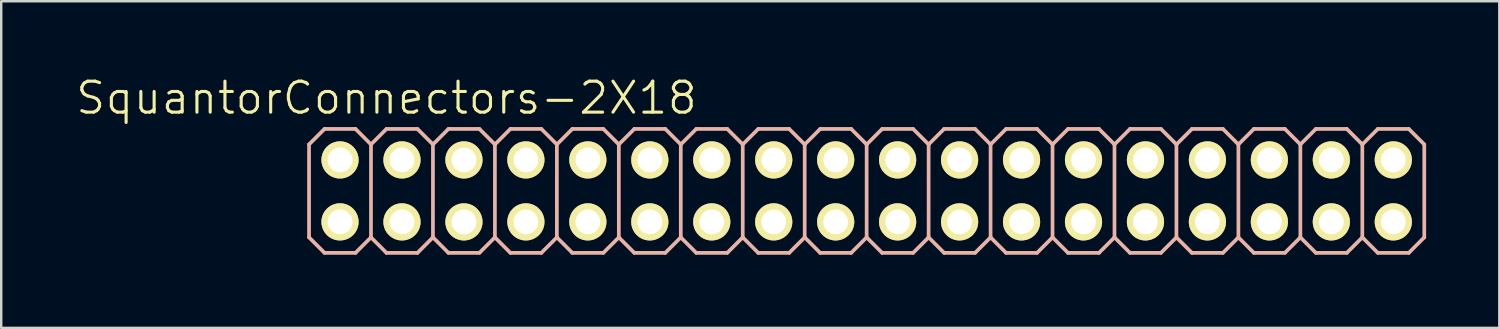
<source format=kicad_pcb>
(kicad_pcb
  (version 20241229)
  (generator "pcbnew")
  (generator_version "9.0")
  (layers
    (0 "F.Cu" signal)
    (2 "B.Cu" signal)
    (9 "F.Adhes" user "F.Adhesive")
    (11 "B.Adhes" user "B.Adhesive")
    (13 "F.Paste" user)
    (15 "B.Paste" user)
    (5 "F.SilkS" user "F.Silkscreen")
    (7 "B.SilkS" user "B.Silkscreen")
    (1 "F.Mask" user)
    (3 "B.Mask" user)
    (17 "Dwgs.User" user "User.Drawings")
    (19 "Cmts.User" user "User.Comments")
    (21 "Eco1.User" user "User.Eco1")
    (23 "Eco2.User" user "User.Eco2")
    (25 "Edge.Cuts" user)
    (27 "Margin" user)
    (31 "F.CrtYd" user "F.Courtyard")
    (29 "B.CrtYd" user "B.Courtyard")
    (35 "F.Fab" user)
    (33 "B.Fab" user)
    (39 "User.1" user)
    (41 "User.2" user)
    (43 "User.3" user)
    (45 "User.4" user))
  (footprint "SquantorConnectors-2X18"
    (layer "F.Cu")
    (at 32.479 4.776)
    (property "Reference" "SquantorConnectors-2X18" (at -19.685 -3.81 0) (layer "F.SilkS") (effects (font (size 1.27 1.27) (thickness 0.127))))
    (attr exclude_from_pos_files exclude_from_bom)
    (fp_line (start -21.844 -1.524) (end -21.336 -1.524) (stroke (width 0.066) (type solid)) (layer "F.SilkS"))
    (fp_line (start -21.844 -1.016) (end -21.844 -1.524) (stroke (width 0.066) (type solid)) (layer "F.SilkS"))
    (fp_line (start -21.844 -1.016) (end -21.336 -1.016) (stroke (width 0.066) (type solid)) (layer "F.SilkS"))
    (fp_line (start -21.844 1.016) (end -21.336 1.016) (stroke (width 0.066) (type solid)) (layer "F.SilkS"))
    (fp_line (start -21.844 1.524) (end -21.844 1.016) (stroke (width 0.066) (type solid)) (layer "F.SilkS"))
    (fp_line (start -21.844 1.524) (end -21.336 1.524) (stroke (width 0.066) (type solid)) (layer "F.SilkS"))
    (fp_line (start -21.336 -1.016) (end -21.336 -1.524) (stroke (width 0.066) (type solid)) (layer "F.SilkS"))
    (fp_line (start -21.336 1.524) (end -21.336 1.016) (stroke (width 0.066) (type solid)) (layer "F.SilkS"))
    (fp_line (start -19.304 -1.524) (end -18.796 -1.524) (stroke (width 0.066) (type solid)) (layer "F.SilkS"))
    (fp_line (start -19.304 -1.016) (end -19.304 -1.524) (stroke (width 0.066) (type solid)) (layer "F.SilkS"))
    (fp_line (start -19.304 -1.016) (end -18.796 -1.016) (stroke (width 0.066) (type solid)) (layer "F.SilkS"))
    (fp_line (start -19.304 1.016) (end -18.796 1.016) (stroke (width 0.066) (type solid)) (layer "F.SilkS"))
    (fp_line (start -19.304 1.524) (end -19.304 1.016) (stroke (width 0.066) (type solid)) (layer "F.SilkS"))
    (fp_line (start -19.304 1.524) (end -18.796 1.524) (stroke (width 0.066) (type solid)) (layer "F.SilkS"))
    (fp_line (start -18.796 -1.016) (end -18.796 -1.524) (stroke (width 0.066) (type solid)) (layer "F.SilkS"))
    (fp_line (start -18.796 1.524) (end -18.796 1.016) (stroke (width 0.066) (type solid)) (layer "F.SilkS"))
    (fp_line (start -16.764 -1.524) (end -16.256 -1.524) (stroke (width 0.066) (type solid)) (layer "F.SilkS"))
    (fp_line (start -16.764 -1.016) (end -16.764 -1.524) (stroke (width 0.066) (type solid)) (layer "F.SilkS"))
    (fp_line (start -16.764 -1.016) (end -16.256 -1.016) (stroke (width 0.066) (type solid)) (layer "F.SilkS"))
    (fp_line (start -16.764 1.016) (end -16.256 1.016) (stroke (width 0.066) (type solid)) (layer "F.SilkS"))
    (fp_line (start -16.764 1.524) (end -16.764 1.016) (stroke (width 0.066) (type solid)) (layer "F.SilkS"))
    (fp_line (start -16.764 1.524) (end -16.256 1.524) (stroke (width 0.066) (type solid)) (layer "F.SilkS"))
    (fp_line (start -16.256 -1.016) (end -16.256 -1.524) (stroke (width 0.066) (type solid)) (layer "F.SilkS"))
    (fp_line (start -16.256 1.524) (end -16.256 1.016) (stroke (width 0.066) (type solid)) (layer "F.SilkS"))
    (fp_line (start -14.224 -1.524) (end -13.716 -1.524) (stroke (width 0.066) (type solid)) (layer "F.SilkS"))
    (fp_line (start -14.224 -1.016) (end -14.224 -1.524) (stroke (width 0.066) (type solid)) (layer "F.SilkS"))
    (fp_line (start -14.224 -1.016) (end -13.716 -1.016) (stroke (width 0.066) (type solid)) (layer "F.SilkS"))
    (fp_line (start -14.224 1.016) (end -13.716 1.016) (stroke (width 0.066) (type solid)) (layer "F.SilkS"))
    (fp_line (start -14.224 1.524) (end -14.224 1.016) (stroke (width 0.066) (type solid)) (layer "F.SilkS"))
    (fp_line (start -14.224 1.524) (end -13.716 1.524) (stroke (width 0.066) (type solid)) (layer "F.SilkS"))
    (fp_line (start -13.716 -1.016) (end -13.716 -1.524) (stroke (width 0.066) (type solid)) (layer "F.SilkS"))
    (fp_line (start -13.716 1.524) (end -13.716 1.016) (stroke (width 0.066) (type solid)) (layer "F.SilkS"))
    (fp_line (start -11.684 -1.524) (end -11.176 -1.524) (stroke (width 0.066) (type solid)) (layer "F.SilkS"))
    (fp_line (start -11.684 -1.016) (end -11.684 -1.524) (stroke (width 0.066) (type solid)) (layer "F.SilkS"))
    (fp_line (start -11.684 -1.016) (end -11.176 -1.016) (stroke (width 0.066) (type solid)) (layer "F.SilkS"))
    (fp_line (start -11.684 1.016) (end -11.176 1.016) (stroke (width 0.066) (type solid)) (layer "F.SilkS"))
    (fp_line (start -11.684 1.524) (end -11.684 1.016) (stroke (width 0.066) (type solid)) (layer "F.SilkS"))
    (fp_line (start -11.684 1.524) (end -11.176 1.524) (stroke (width 0.066) (type solid)) (layer "F.SilkS"))
    (fp_line (start -11.176 -1.016) (end -11.176 -1.524) (stroke (width 0.066) (type solid)) (layer "F.SilkS"))
    (fp_line (start -11.176 1.524) (end -11.176 1.016) (stroke (width 0.066) (type solid)) (layer "F.SilkS"))
    (fp_line (start -9.144 -1.524) (end -8.636 -1.524) (stroke (width 0.066) (type solid)) (layer "F.SilkS"))
    (fp_line (start -9.144 -1.016) (end -9.144 -1.524) (stroke (width 0.066) (type solid)) (layer "F.SilkS"))
    (fp_line (start -9.144 -1.016) (end -8.636 -1.016) (stroke (width 0.066) (type solid)) (layer "F.SilkS"))
    (fp_line (start -9.144 1.016) (end -8.636 1.016) (stroke (width 0.066) (type solid)) (layer "F.SilkS"))
    (fp_line (start -9.144 1.524) (end -9.144 1.016) (stroke (width 0.066) (type solid)) (layer "F.SilkS"))
    (fp_line (start -9.144 1.524) (end -8.636 1.524) (stroke (width 0.066) (type solid)) (layer "F.SilkS"))
    (fp_line (start -8.636 -1.016) (end -8.636 -1.524) (stroke (width 0.066) (type solid)) (layer "F.SilkS"))
    (fp_line (start -8.636 1.524) (end -8.636 1.016) (stroke (width 0.066) (type solid)) (layer "F.SilkS"))
    (fp_line (start -6.604 -1.524) (end -6.096 -1.524) (stroke (width 0.066) (type solid)) (layer "F.SilkS"))
    (fp_line (start -6.604 -1.016) (end -6.604 -1.524) (stroke (width 0.066) (type solid)) (layer "F.SilkS"))
    (fp_line (start -6.604 -1.016) (end -6.096 -1.016) (stroke (width 0.066) (type solid)) (layer "F.SilkS"))
    (fp_line (start -6.604 1.016) (end -6.096 1.016) (stroke (width 0.066) (type solid)) (layer "F.SilkS"))
    (fp_line (start -6.604 1.524) (end -6.604 1.016) (stroke (width 0.066) (type solid)) (layer "F.SilkS"))
    (fp_line (start -6.604 1.524) (end -6.096 1.524) (stroke (width 0.066) (type solid)) (layer "F.SilkS"))
    (fp_line (start -6.096 -1.016) (end -6.096 -1.524) (stroke (width 0.066) (type solid)) (layer "F.SilkS"))
    (fp_line (start -6.096 1.524) (end -6.096 1.016) (stroke (width 0.066) (type solid)) (layer "F.SilkS"))
    (fp_line (start -4.064 -1.524) (end -3.556 -1.524) (stroke (width 0.066) (type solid)) (layer "F.SilkS"))
    (fp_line (start -4.064 -1.016) (end -4.064 -1.524) (stroke (width 0.066) (type solid)) (layer "F.SilkS"))
    (fp_line (start -4.064 -1.016) (end -3.556 -1.016) (stroke (width 0.066) (type solid)) (layer "F.SilkS"))
    (fp_line (start -4.064 1.016) (end -3.556 1.016) (stroke (width 0.066) (type solid)) (layer "F.SilkS"))
    (fp_line (start -4.064 1.524) (end -4.064 1.016) (stroke (width 0.066) (type solid)) (layer "F.SilkS"))
    (fp_line (start -4.064 1.524) (end -3.556 1.524) (stroke (width 0.066) (type solid)) (layer "F.SilkS"))
    (fp_line (start -3.556 -1.016) (end -3.556 -1.524) (stroke (width 0.066) (type solid)) (layer "F.SilkS"))
    (fp_line (start -3.556 1.524) (end -3.556 1.016) (stroke (width 0.066) (type solid)) (layer "F.SilkS"))
    (fp_line (start -1.524 -1.524) (end -1.016 -1.524) (stroke (width 0.066) (type solid)) (layer "F.SilkS"))
    (fp_line (start -1.524 -1.016) (end -1.524 -1.524) (stroke (width 0.066) (type solid)) (layer "F.SilkS"))
    (fp_line (start -1.524 -1.016) (end -1.016 -1.016) (stroke (width 0.066) (type solid)) (layer "F.SilkS"))
    (fp_line (start -1.524 1.016) (end -1.016 1.016) (stroke (width 0.066) (type solid)) (layer "F.SilkS"))
    (fp_line (start -1.524 1.524) (end -1.524 1.016) (stroke (width 0.066) (type solid)) (layer "F.SilkS"))
    (fp_line (start -1.524 1.524) (end -1.016 1.524) (stroke (width 0.066) (type solid)) (layer "F.SilkS"))
    (fp_line (start -1.016 -1.016) (end -1.016 -1.524) (stroke (width 0.066) (type solid)) (layer "F.SilkS"))
    (fp_line (start -1.016 1.524) (end -1.016 1.016) (stroke (width 0.066) (type solid)) (layer "F.SilkS"))
    (fp_line (start 1.016 -1.524) (end 1.524 -1.524) (stroke (width 0.066) (type solid)) (layer "F.SilkS"))
    (fp_line (start 1.016 -1.016) (end 1.016 -1.524) (stroke (width 0.066) (type solid)) (layer "F.SilkS"))
    (fp_line (start 1.016 -1.016) (end 1.524 -1.016) (stroke (width 0.066) (type solid)) (layer "F.SilkS"))
    (fp_line (start 1.016 1.016) (end 1.524 1.016) (stroke (width 0.066) (type solid)) (layer "F.SilkS"))
    (fp_line (start 1.016 1.524) (end 1.016 1.016) (stroke (width 0.066) (type solid)) (layer "F.SilkS"))
    (fp_line (start 1.016 1.524) (end 1.524 1.524) (stroke (width 0.066) (type solid)) (layer "F.SilkS"))
    (fp_line (start 1.524 -1.016) (end 1.524 -1.524) (stroke (width 0.066) (type solid)) (layer "F.SilkS"))
    (fp_line (start 1.524 1.524) (end 1.524 1.016) (stroke (width 0.066) (type solid)) (layer "F.SilkS"))
    (fp_line (start 3.556 -1.524) (end 4.064 -1.524) (stroke (width 0.066) (type solid)) (layer "F.SilkS"))
    (fp_line (start 3.556 -1.016) (end 3.556 -1.524) (stroke (width 0.066) (type solid)) (layer "F.SilkS"))
    (fp_line (start 3.556 -1.016) (end 4.064 -1.016) (stroke (width 0.066) (type solid)) (layer "F.SilkS"))
    (fp_line (start 3.556 1.016) (end 4.064 1.016) (stroke (width 0.066) (type solid)) (layer "F.SilkS"))
    (fp_line (start 3.556 1.524) (end 3.556 1.016) (stroke (width 0.066) (type solid)) (layer "F.SilkS"))
    (fp_line (start 3.556 1.524) (end 4.064 1.524) (stroke (width 0.066) (type solid)) (layer "F.SilkS"))
    (fp_line (start 4.064 -1.016) (end 4.064 -1.524) (stroke (width 0.066) (type solid)) (layer "F.SilkS"))
    (fp_line (start 4.064 1.524) (end 4.064 1.016) (stroke (width 0.066) (type solid)) (layer "F.SilkS"))
    (fp_line (start 6.096 -1.524) (end 6.604 -1.524) (stroke (width 0.066) (type solid)) (layer "F.SilkS"))
    (fp_line (start 6.096 -1.016) (end 6.096 -1.524) (stroke (width 0.066) (type solid)) (layer "F.SilkS"))
    (fp_line (start 6.096 -1.016) (end 6.604 -1.016) (stroke (width 0.066) (type solid)) (layer "F.SilkS"))
    (fp_line (start 6.096 1.016) (end 6.604 1.016) (stroke (width 0.066) (type solid)) (layer "F.SilkS"))
    (fp_line (start 6.096 1.524) (end 6.096 1.016) (stroke (width 0.066) (type solid)) (layer "F.SilkS"))
    (fp_line (start 6.096 1.524) (end 6.604 1.524) (stroke (width 0.066) (type solid)) (layer "F.SilkS"))
    (fp_line (start 6.604 -1.016) (end 6.604 -1.524) (stroke (width 0.066) (type solid)) (layer "F.SilkS"))
    (fp_line (start 6.604 1.524) (end 6.604 1.016) (stroke (width 0.066) (type solid)) (layer "F.SilkS"))
    (fp_line (start 8.636 -1.524) (end 9.144 -1.524) (stroke (width 0.066) (type solid)) (layer "F.SilkS"))
    (fp_line (start 8.636 -1.016) (end 8.636 -1.524) (stroke (width 0.066) (type solid)) (layer "F.SilkS"))
    (fp_line (start 8.636 -1.016) (end 9.144 -1.016) (stroke (width 0.066) (type solid)) (layer "F.SilkS"))
    (fp_line (start 8.636 1.016) (end 9.144 1.016) (stroke (width 0.066) (type solid)) (layer "F.SilkS"))
    (fp_line (start 8.636 1.524) (end 8.636 1.016) (stroke (width 0.066) (type solid)) (layer "F.SilkS"))
    (fp_line (start 8.636 1.524) (end 9.144 1.524) (stroke (width 0.066) (type solid)) (layer "F.SilkS"))
    (fp_line (start 9.144 -1.016) (end 9.144 -1.524) (stroke (width 0.066) (type solid)) (layer "F.SilkS"))
    (fp_line (start 9.144 1.524) (end 9.144 1.016) (stroke (width 0.066) (type solid)) (layer "F.SilkS"))
    (fp_line (start 11.176 -1.524) (end 11.684 -1.524) (stroke (width 0.066) (type solid)) (layer "F.SilkS"))
    (fp_line (start 11.176 -1.016) (end 11.176 -1.524) (stroke (width 0.066) (type solid)) (layer "F.SilkS"))
    (fp_line (start 11.176 -1.016) (end 11.684 -1.016) (stroke (width 0.066) (type solid)) (layer "F.SilkS"))
    (fp_line (start 11.176 1.016) (end 11.684 1.016) (stroke (width 0.066) (type solid)) (layer "F.SilkS"))
    (fp_line (start 11.176 1.524) (end 11.176 1.016) (stroke (width 0.066) (type solid)) (layer "F.SilkS"))
    (fp_line (start 11.176 1.524) (end 11.684 1.524) (stroke (width 0.066) (type solid)) (layer "F.SilkS"))
    (fp_line (start 11.684 -1.016) (end 11.684 -1.524) (stroke (width 0.066) (type solid)) (layer "F.SilkS"))
    (fp_line (start 11.684 1.524) (end 11.684 1.016) (stroke (width 0.066) (type solid)) (layer "F.SilkS"))
    (fp_line (start 13.716 -1.524) (end 14.224 -1.524) (stroke (width 0.066) (type solid)) (layer "F.SilkS"))
    (fp_line (start 13.716 -1.016) (end 13.716 -1.524) (stroke (width 0.066) (type solid)) (layer "F.SilkS"))
    (fp_line (start 13.716 -1.016) (end 14.224 -1.016) (stroke (width 0.066) (type solid)) (layer "F.SilkS"))
    (fp_line (start 13.716 1.016) (end 14.224 1.016) (stroke (width 0.066) (type solid)) (layer "F.SilkS"))
    (fp_line (start 13.716 1.524) (end 13.716 1.016) (stroke (width 0.066) (type solid)) (layer "F.SilkS"))
    (fp_line (start 13.716 1.524) (end 14.224 1.524) (stroke (width 0.066) (type solid)) (layer "F.SilkS"))
    (fp_line (start 14.224 -1.016) (end 14.224 -1.524) (stroke (width 0.066) (type solid)) (layer "F.SilkS"))
    (fp_line (start 14.224 1.524) (end 14.224 1.016) (stroke (width 0.066) (type solid)) (layer "F.SilkS"))
    (fp_line (start 16.256 -1.524) (end 16.764 -1.524) (stroke (width 0.066) (type solid)) (layer "F.SilkS"))
    (fp_line (start 16.256 -1.016) (end 16.256 -1.524) (stroke (width 0.066) (type solid)) (layer "F.SilkS"))
    (fp_line (start 16.256 -1.016) (end 16.764 -1.016) (stroke (width 0.066) (type solid)) (layer "F.SilkS"))
    (fp_line (start 16.256 1.016) (end 16.764 1.016) (stroke (width 0.066) (type solid)) (layer "F.SilkS"))
    (fp_line (start 16.256 1.524) (end 16.256 1.016) (stroke (width 0.066) (type solid)) (layer "F.SilkS"))
    (fp_line (start 16.256 1.524) (end 16.764 1.524) (stroke (width 0.066) (type solid)) (layer "F.SilkS"))
    (fp_line (start 16.764 -1.016) (end 16.764 -1.524) (stroke (width 0.066) (type solid)) (layer "F.SilkS"))
    (fp_line (start 16.764 1.524) (end 16.764 1.016) (stroke (width 0.066) (type solid)) (layer "F.SilkS"))
    (fp_line (start 18.796 -1.524) (end 19.304 -1.524) (stroke (width 0.066) (type solid)) (layer "F.SilkS"))
    (fp_line (start 18.796 -1.016) (end 18.796 -1.524) (stroke (width 0.066) (type solid)) (layer "F.SilkS"))
    (fp_line (start 18.796 -1.016) (end 19.304 -1.016) (stroke (width 0.066) (type solid)) (layer "F.SilkS"))
    (fp_line (start 18.796 1.016) (end 19.304 1.016) (stroke (width 0.066) (type solid)) (layer "F.SilkS"))
    (fp_line (start 18.796 1.524) (end 18.796 1.016) (stroke (width 0.066) (type solid)) (layer "F.SilkS"))
    (fp_line (start 18.796 1.524) (end 19.304 1.524) (stroke (width 0.066) (type solid)) (layer "F.SilkS"))
    (fp_line (start 19.304 -1.016) (end 19.304 -1.524) (stroke (width 0.066) (type solid)) (layer "F.SilkS"))
    (fp_line (start 19.304 1.524) (end 19.304 1.016) (stroke (width 0.066) (type solid)) (layer "F.SilkS"))
    (fp_line (start 21.336 -1.524) (end 21.844 -1.524) (stroke (width 0.066) (type solid)) (layer "F.SilkS"))
    (fp_line (start 21.336 -1.016) (end 21.336 -1.524) (stroke (width 0.066) (type solid)) (layer "F.SilkS"))
    (fp_line (start 21.336 -1.016) (end 21.844 -1.016) (stroke (width 0.066) (type solid)) (layer "F.SilkS"))
    (fp_line (start 21.336 1.016) (end 21.844 1.016) (stroke (width 0.066) (type solid)) (layer "F.SilkS"))
    (fp_line (start 21.336 1.524) (end 21.336 1.016) (stroke (width 0.066) (type solid)) (layer "F.SilkS"))
    (fp_line (start 21.336 1.524) (end 21.844 1.524) (stroke (width 0.066) (type solid)) (layer "F.SilkS"))
    (fp_line (start 21.844 -1.016) (end 21.844 -1.524) (stroke (width 0.066) (type solid)) (layer "F.SilkS"))
    (fp_line (start 21.844 1.524) (end 21.844 1.016) (stroke (width 0.066) (type solid)) (layer "F.SilkS"))
    (fp_line (start -22.86 -1.905) (end -22.225 -2.54) (stroke (width 0.152) (type solid)) (layer "B.SilkS"))
    (fp_line (start -22.86 1.905) (end -22.86 -1.905) (stroke (width 0.152) (type solid)) (layer "B.SilkS"))
    (fp_line (start -22.86 1.905) (end -22.225 2.54) (stroke (width 0.152) (type solid)) (layer "B.SilkS"))
    (fp_line (start -22.225 -2.54) (end -20.955 -2.54) (stroke (width 0.152) (type solid)) (layer "B.SilkS"))
    (fp_line (start -22.225 2.54) (end -20.955 2.54) (stroke (width 0.152) (type solid)) (layer "B.SilkS"))
    (fp_line (start -20.955 -2.54) (end -20.32 -1.905) (stroke (width 0.152) (type solid)) (layer "B.SilkS"))
    (fp_line (start -20.955 2.54) (end -20.32 1.905) (stroke (width 0.152) (type solid)) (layer "B.SilkS"))
    (fp_line (start -20.32 -1.905) (end -20.32 1.905) (stroke (width 0.152) (type solid)) (layer "B.SilkS"))
    (fp_line (start -20.32 -1.905) (end -19.685 -2.54) (stroke (width 0.152) (type solid)) (layer "B.SilkS"))
    (fp_line (start -20.32 1.905) (end -19.685 2.54) (stroke (width 0.152) (type solid)) (layer "B.SilkS"))
    (fp_line (start -19.685 -2.54) (end -18.415 -2.54) (stroke (width 0.152) (type solid)) (layer "B.SilkS"))
    (fp_line (start -19.685 2.54) (end -18.415 2.54) (stroke (width 0.152) (type solid)) (layer "B.SilkS"))
    (fp_line (start -18.415 -2.54) (end -17.78 -1.905) (stroke (width 0.152) (type solid)) (layer "B.SilkS"))
    (fp_line (start -18.415 2.54) (end -17.78 1.905) (stroke (width 0.152) (type solid)) (layer "B.SilkS"))
    (fp_line (start -17.78 -1.905) (end -17.78 1.905) (stroke (width 0.152) (type solid)) (layer "B.SilkS"))
    (fp_line (start -17.78 -1.905) (end -17.145 -2.54) (stroke (width 0.152) (type solid)) (layer "B.SilkS"))
    (fp_line (start -17.78 1.905) (end -17.145 2.54) (stroke (width 0.152) (type solid)) (layer "B.SilkS"))
    (fp_line (start -17.145 -2.54) (end -15.875 -2.54) (stroke (width 0.152) (type solid)) (layer "B.SilkS"))
    (fp_line (start -17.145 2.54) (end -15.875 2.54) (stroke (width 0.152) (type solid)) (layer "B.SilkS"))
    (fp_line (start -15.875 -2.54) (end -15.24 -1.905) (stroke (width 0.152) (type solid)) (layer "B.SilkS"))
    (fp_line (start -15.875 2.54) (end -15.24 1.905) (stroke (width 0.152) (type solid)) (layer "B.SilkS"))
    (fp_line (start -15.24 -1.905) (end -15.24 1.905) (stroke (width 0.152) (type solid)) (layer "B.SilkS"))
    (fp_line (start -15.24 -1.905) (end -14.605 -2.54) (stroke (width 0.152) (type solid)) (layer "B.SilkS"))
    (fp_line (start -15.24 1.905) (end -14.605 2.54) (stroke (width 0.152) (type solid)) (layer "B.SilkS"))
    (fp_line (start -14.605 -2.54) (end -13.335 -2.54) (stroke (width 0.152) (type solid)) (layer "B.SilkS"))
    (fp_line (start -14.605 2.54) (end -13.335 2.54) (stroke (width 0.152) (type solid)) (layer "B.SilkS"))
    (fp_line (start -13.335 -2.54) (end -12.7 -1.905) (stroke (width 0.152) (type solid)) (layer "B.SilkS"))
    (fp_line (start -13.335 2.54) (end -12.7 1.905) (stroke (width 0.152) (type solid)) (layer "B.SilkS"))
    (fp_line (start -12.7 -1.905) (end -12.7 1.905) (stroke (width 0.152) (type solid)) (layer "B.SilkS"))
    (fp_line (start -12.7 -1.905) (end -12.065 -2.54) (stroke (width 0.152) (type solid)) (layer "B.SilkS"))
    (fp_line (start -12.7 1.905) (end -12.065 2.54) (stroke (width 0.152) (type solid)) (layer "B.SilkS"))
    (fp_line (start -12.065 -2.54) (end -10.795 -2.54) (stroke (width 0.152) (type solid)) (layer "B.SilkS"))
    (fp_line (start -12.065 2.54) (end -10.795 2.54) (stroke (width 0.152) (type solid)) (layer "B.SilkS"))
    (fp_line (start -10.795 -2.54) (end -10.16 -1.905) (stroke (width 0.152) (type solid)) (layer "B.SilkS"))
    (fp_line (start -10.795 2.54) (end -10.16 1.905) (stroke (width 0.152) (type solid)) (layer "B.SilkS"))
    (fp_line (start -10.16 -1.905) (end -10.16 1.905) (stroke (width 0.152) (type solid)) (layer "B.SilkS"))
    (fp_line (start -10.16 -1.905) (end -9.525 -2.54) (stroke (width 0.152) (type solid)) (layer "B.SilkS"))
    (fp_line (start -10.16 1.905) (end -9.525 2.54) (stroke (width 0.152) (type solid)) (layer "B.SilkS"))
    (fp_line (start -9.525 -2.54) (end -8.255 -2.54) (stroke (width 0.152) (type solid)) (layer "B.SilkS"))
    (fp_line (start -9.525 2.54) (end -8.255 2.54) (stroke (width 0.152) (type solid)) (layer "B.SilkS"))
    (fp_line (start -8.255 -2.54) (end -7.62 -1.905) (stroke (width 0.152) (type solid)) (layer "B.SilkS"))
    (fp_line (start -8.255 2.54) (end -7.62 1.905) (stroke (width 0.152) (type solid)) (layer "B.SilkS"))
    (fp_line (start -7.62 -1.905) (end -7.62 1.905) (stroke (width 0.152) (type solid)) (layer "B.SilkS"))
    (fp_line (start -7.62 -1.905) (end -6.985 -2.54) (stroke (width 0.152) (type solid)) (layer "B.SilkS"))
    (fp_line (start -7.62 1.905) (end -6.985 2.54) (stroke (width 0.152) (type solid)) (layer "B.SilkS"))
    (fp_line (start -6.985 -2.54) (end -5.715 -2.54) (stroke (width 0.152) (type solid)) (layer "B.SilkS"))
    (fp_line (start -5.715 -2.54) (end -5.08 -1.905) (stroke (width 0.152) (type solid)) (layer "B.SilkS"))
    (fp_line (start -5.715 2.54) (end -6.985 2.54) (stroke (width 0.152) (type solid)) (layer "B.SilkS"))
    (fp_line (start -5.08 -1.905) (end -5.08 1.905) (stroke (width 0.152) (type solid)) (layer "B.SilkS"))
    (fp_line (start -5.08 -1.905) (end -4.445 -2.54) (stroke (width 0.152) (type solid)) (layer "B.SilkS"))
    (fp_line (start -5.08 1.905) (end -5.715 2.54) (stroke (width 0.152) (type solid)) (layer "B.SilkS"))
    (fp_line (start -5.08 1.905) (end -4.445 2.54) (stroke (width 0.152) (type solid)) (layer "B.SilkS"))
    (fp_line (start -4.445 -2.54) (end -3.175 -2.54) (stroke (width 0.152) (type solid)) (layer "B.SilkS"))
    (fp_line (start -3.175 -2.54) (end -2.54 -1.905) (stroke (width 0.152) (type solid)) (layer "B.SilkS"))
    (fp_line (start -3.175 2.54) (end -4.445 2.54) (stroke (width 0.152) (type solid)) (layer "B.SilkS"))
    (fp_line (start -2.54 -1.905) (end -2.54 1.905) (stroke (width 0.152) (type solid)) (layer "B.SilkS"))
    (fp_line (start -2.54 -1.905) (end -1.905 -2.54) (stroke (width 0.152) (type solid)) (layer "B.SilkS"))
    (fp_line (start -2.54 1.905) (end -3.175 2.54) (stroke (width 0.152) (type solid)) (layer "B.SilkS"))
    (fp_line (start -2.54 1.905) (end -1.905 2.54) (stroke (width 0.152) (type solid)) (layer "B.SilkS"))
    (fp_line (start -1.905 -2.54) (end -0.635 -2.54) (stroke (width 0.152) (type solid)) (layer "B.SilkS"))
    (fp_line (start -0.635 -2.54) (end 0 -1.905) (stroke (width 0.152) (type solid)) (layer "B.SilkS"))
    (fp_line (start -0.635 2.54) (end -1.905 2.54) (stroke (width 0.152) (type solid)) (layer "B.SilkS"))
    (fp_line (start 0 -1.905) (end 0 1.905) (stroke (width 0.152) (type solid)) (layer "B.SilkS"))
    (fp_line (start 0 -1.905) (end 0.635 -2.54) (stroke (width 0.152) (type solid)) (layer "B.SilkS"))
    (fp_line (start 0 1.905) (end -0.635 2.54) (stroke (width 0.152) (type solid)) (layer "B.SilkS"))
    (fp_line (start 0 1.905) (end 0.635 2.54) (stroke (width 0.152) (type solid)) (layer "B.SilkS"))
    (fp_line (start 0.635 -2.54) (end 1.905 -2.54) (stroke (width 0.152) (type solid)) (layer "B.SilkS"))
    (fp_line (start 1.905 -2.54) (end 2.54 -1.905) (stroke (width 0.152) (type solid)) (layer "B.SilkS"))
    (fp_line (start 1.905 2.54) (end 0.635 2.54) (stroke (width 0.152) (type solid)) (layer "B.SilkS"))
    (fp_line (start 2.54 -1.905) (end 2.54 1.905) (stroke (width 0.152) (type solid)) (layer "B.SilkS"))
    (fp_line (start 2.54 -1.905) (end 3.175 -2.54) (stroke (width 0.152) (type solid)) (layer "B.SilkS"))
    (fp_line (start 2.54 1.905) (end 1.905 2.54) (stroke (width 0.152) (type solid)) (layer "B.SilkS"))
    (fp_line (start 2.54 1.905) (end 3.175 2.54) (stroke (width 0.152) (type solid)) (layer "B.SilkS"))
    (fp_line (start 3.175 -2.54) (end 4.445 -2.54) (stroke (width 0.152) (type solid)) (layer "B.SilkS"))
    (fp_line (start 4.445 -2.54) (end 5.08 -1.905) (stroke (width 0.152) (type solid)) (layer "B.SilkS"))
    (fp_line (start 4.445 2.54) (end 3.175 2.54) (stroke (width 0.152) (type solid)) (layer "B.SilkS"))
    (fp_line (start 5.08 -1.905) (end 5.08 1.905) (stroke (width 0.152) (type solid)) (layer "B.SilkS"))
    (fp_line (start 5.08 -1.905) (end 5.715 -2.54) (stroke (width 0.152) (type solid)) (layer "B.SilkS"))
    (fp_line (start 5.08 1.905) (end 4.445 2.54) (stroke (width 0.152) (type solid)) (layer "B.SilkS"))
    (fp_line (start 5.08 1.905) (end 5.715 2.54) (stroke (width 0.152) (type solid)) (layer "B.SilkS"))
    (fp_line (start 5.715 -2.54) (end 6.985 -2.54) (stroke (width 0.152) (type solid)) (layer "B.SilkS"))
    (fp_line (start 6.985 2.54) (end 5.715 2.54) (stroke (width 0.152) (type solid)) (layer "B.SilkS"))
    (fp_line (start 7.62 -1.905) (end 6.985 -2.54) (stroke (width 0.152) (type solid)) (layer "B.SilkS"))
    (fp_line (start 7.62 -1.905) (end 7.62 1.905) (stroke (width 0.152) (type solid)) (layer "B.SilkS"))
    (fp_line (start 7.62 -1.905) (end 8.255 -2.54) (stroke (width 0.152) (type solid)) (layer "B.SilkS"))
    (fp_line (start 7.62 1.905) (end 6.985 2.54) (stroke (width 0.152) (type solid)) (layer "B.SilkS"))
    (fp_line (start 7.62 1.905) (end 8.255 2.54) (stroke (width 0.152) (type solid)) (layer "B.SilkS"))
    (fp_line (start 9.525 -2.54) (end 8.255 -2.54) (stroke (width 0.152) (type solid)) (layer "B.SilkS"))
    (fp_line (start 9.525 -2.54) (end 10.16 -1.905) (stroke (width 0.152) (type solid)) (layer "B.SilkS"))
    (fp_line (start 9.525 2.54) (end 8.255 2.54) (stroke (width 0.152) (type solid)) (layer "B.SilkS"))
    (fp_line (start 10.16 -1.905) (end 10.16 1.905) (stroke (width 0.152) (type solid)) (layer "B.SilkS"))
    (fp_line (start 10.16 -1.905) (end 10.795 -2.54) (stroke (width 0.152) (type solid)) (layer "B.SilkS"))
    (fp_line (start 10.16 1.905) (end 9.525 2.54) (stroke (width 0.152) (type solid)) (layer "B.SilkS"))
    (fp_line (start 10.16 1.905) (end 10.795 2.54) (stroke (width 0.152) (type solid)) (layer "B.SilkS"))
    (fp_line (start 12.065 -2.54) (end 10.795 -2.54) (stroke (width 0.152) (type solid)) (layer "B.SilkS"))
    (fp_line (start 12.065 -2.54) (end 12.7 -1.905) (stroke (width 0.152) (type solid)) (layer "B.SilkS"))
    (fp_line (start 12.065 2.54) (end 10.795 2.54) (stroke (width 0.152) (type solid)) (layer "B.SilkS"))
    (fp_line (start 12.7 -1.905) (end 12.7 1.905) (stroke (width 0.152) (type solid)) (layer "B.SilkS"))
    (fp_line (start 12.7 -1.905) (end 13.335 -2.54) (stroke (width 0.152) (type solid)) (layer "B.SilkS"))
    (fp_line (start 12.7 1.905) (end 12.065 2.54) (stroke (width 0.152) (type solid)) (layer "B.SilkS"))
    (fp_line (start 13.335 2.54) (end 12.7 1.905) (stroke (width 0.152) (type solid)) (layer "B.SilkS"))
    (fp_line (start 13.335 2.54) (end 14.605 2.54) (stroke (width 0.152) (type solid)) (layer "B.SilkS"))
    (fp_line (start 14.605 -2.54) (end 13.335 -2.54) (stroke (width 0.152) (type solid)) (layer "B.SilkS"))
    (fp_line (start 14.605 -2.54) (end 15.24 -1.905) (stroke (width 0.152) (type solid)) (layer "B.SilkS"))
    (fp_line (start 15.24 -1.905) (end 15.24 1.905) (stroke (width 0.152) (type solid)) (layer "B.SilkS"))
    (fp_line (start 15.24 -1.905) (end 15.875 -2.54) (stroke (width 0.152) (type solid)) (layer "B.SilkS"))
    (fp_line (start 15.24 1.905) (end 14.605 2.54) (stroke (width 0.152) (type solid)) (layer "B.SilkS"))
    (fp_line (start 15.875 2.54) (end 15.24 1.905) (stroke (width 0.152) (type solid)) (layer "B.SilkS"))
    (fp_line (start 15.875 2.54) (end 17.145 2.54) (stroke (width 0.152) (type solid)) (layer "B.SilkS"))
    (fp_line (start 17.145 -2.54) (end 15.875 -2.54) (stroke (width 0.152) (type solid)) (layer "B.SilkS"))
    (fp_line (start 17.145 -2.54) (end 17.78 -1.905) (stroke (width 0.152) (type solid)) (layer "B.SilkS"))
    (fp_line (start 17.78 -1.905) (end 17.78 1.905) (stroke (width 0.152) (type solid)) (layer "B.SilkS"))
    (fp_line (start 17.78 -1.905) (end 18.415 -2.54) (stroke (width 0.152) (type solid)) (layer "B.SilkS"))
    (fp_line (start 17.78 1.905) (end 17.145 2.54) (stroke (width 0.152) (type solid)) (layer "B.SilkS"))
    (fp_line (start 17.78 1.905) (end 18.415 2.54) (stroke (width 0.152) (type solid)) (layer "B.SilkS"))
    (fp_line (start 19.685 -2.54) (end 18.415 -2.54) (stroke (width 0.152) (type solid)) (layer "B.SilkS"))
    (fp_line (start 19.685 -2.54) (end 20.32 -1.905) (stroke (width 0.152) (type solid)) (layer "B.SilkS"))
    (fp_line (start 19.685 2.54) (end 18.415 2.54) (stroke (width 0.152) (type solid)) (layer "B.SilkS"))
    (fp_line (start 20.32 -1.905) (end 20.32 1.905) (stroke (width 0.152) (type solid)) (layer "B.SilkS"))
    (fp_line (start 20.32 -1.905) (end 20.955 -2.54) (stroke (width 0.152) (type solid)) (layer "B.SilkS"))
    (fp_line (start 20.32 1.905) (end 19.685 2.54) (stroke (width 0.152) (type solid)) (layer "B.SilkS"))
    (fp_line (start 20.32 1.905) (end 20.955 2.54) (stroke (width 0.152) (type solid)) (layer "B.SilkS"))
    (fp_line (start 22.225 -2.54) (end 20.955 -2.54) (stroke (width 0.152) (type solid)) (layer "B.SilkS"))
    (fp_line (start 22.225 -2.54) (end 22.86 -1.905) (stroke (width 0.152) (type solid)) (layer "B.SilkS"))
    (fp_line (start 22.225 2.54) (end 20.955 2.54) (stroke (width 0.152) (type solid)) (layer "B.SilkS"))
    (fp_line (start 22.86 -1.905) (end 22.86 1.905) (stroke (width 0.152) (type solid)) (layer "B.SilkS"))
    (fp_line (start 22.86 1.905) (end 22.225 2.54) (stroke (width 0.152) (type solid)) (layer "B.SilkS"))
    (pad "1" thru_hole circle (at -21.59 1.27) (size 1.524 1.524) (drill 1.016) (layers "*.Cu" "F.Mask" "F.SilkS" "F.Paste"))
    (pad "2" thru_hole circle (at -21.59 -1.27) (size 1.524 1.524) (drill 1.016) (layers "*.Cu" "F.Mask" "F.SilkS" "F.Paste"))
    (pad "3" thru_hole circle (at -19.05 1.27) (size 1.524 1.524) (drill 1.016) (layers "*.Cu" "F.Mask" "F.SilkS" "F.Paste"))
    (pad "4" thru_hole circle (at -19.05 -1.27) (size 1.524 1.524) (drill 1.016) (layers "*.Cu" "F.Mask" "F.SilkS" "F.Paste"))
    (pad "5" thru_hole circle (at -16.51 1.27) (size 1.524 1.524) (drill 1.016) (layers "*.Cu" "F.Mask" "F.SilkS" "F.Paste"))
    (pad "6" thru_hole circle (at -16.51 -1.27) (size 1.524 1.524) (drill 1.016) (layers "*.Cu" "F.Mask" "F.SilkS" "F.Paste"))
    (pad "7" thru_hole circle (at -13.97 1.27) (size 1.524 1.524) (drill 1.016) (layers "*.Cu" "F.Mask" "F.SilkS" "F.Paste"))
    (pad "8" thru_hole circle (at -13.97 -1.27) (size 1.524 1.524) (drill 1.016) (layers "*.Cu" "F.Mask" "F.SilkS" "F.Paste"))
    (pad "9" thru_hole circle (at -11.43 1.27) (size 1.524 1.524) (drill 1.016) (layers "*.Cu" "F.Mask" "F.SilkS" "F.Paste"))
    (pad "10" thru_hole circle (at -11.43 -1.27) (size 1.524 1.524) (drill 1.016) (layers "*.Cu" "F.Mask" "F.SilkS" "F.Paste"))
    (pad "11" thru_hole circle (at -8.89 1.27) (size 1.524 1.524) (drill 1.016) (layers "*.Cu" "F.Mask" "F.SilkS" "F.Paste"))
    (pad "12" thru_hole circle (at -8.89 -1.27) (size 1.524 1.524) (drill 1.016) (layers "*.Cu" "F.Mask" "F.SilkS" "F.Paste"))
    (pad "13" thru_hole circle (at -6.35 1.27) (size 1.524 1.524) (drill 1.016) (layers "*.Cu" "F.Mask" "F.SilkS" "F.Paste"))
    (pad "14" thru_hole circle (at -6.35 -1.27) (size 1.524 1.524) (drill 1.016) (layers "*.Cu" "F.Mask" "F.SilkS" "F.Paste"))
    (pad "15" thru_hole circle (at -3.81 1.27) (size 1.524 1.524) (drill 1.016) (layers "*.Cu" "F.Mask" "F.SilkS" "F.Paste"))
    (pad "16" thru_hole circle (at -3.81 -1.27) (size 1.524 1.524) (drill 1.016) (layers "*.Cu" "F.Mask" "F.SilkS" "F.Paste"))
    (pad "17" thru_hole circle (at -1.27 1.27) (size 1.524 1.524) (drill 1.016) (layers "*.Cu" "F.Mask" "F.SilkS" "F.Paste"))
    (pad "18" thru_hole circle (at -1.27 -1.27) (size 1.524 1.524) (drill 1.016) (layers "*.Cu" "F.Mask" "F.SilkS" "F.Paste"))
    (pad "19" thru_hole circle (at 1.27 1.27) (size 1.524 1.524) (drill 1.016) (layers "*.Cu" "F.Mask" "F.SilkS" "F.Paste"))
    (pad "20" thru_hole circle (at 1.27 -1.27) (size 1.524 1.524) (drill 1.016) (layers "*.Cu" "F.Mask" "F.SilkS" "F.Paste"))
    (pad "21" thru_hole circle (at 3.81 1.27) (size 1.524 1.524) (drill 1.016) (layers "*.Cu" "F.Mask" "F.SilkS" "F.Paste"))
    (pad "22" thru_hole circle (at 3.81 -1.27) (size 1.524 1.524) (drill 1.016) (layers "*.Cu" "F.Mask" "F.SilkS" "F.Paste"))
    (pad "23" thru_hole circle (at 6.35 1.27) (size 1.524 1.524) (drill 1.016) (layers "*.Cu" "F.Mask" "F.SilkS" "F.Paste"))
    (pad "24" thru_hole circle (at 6.35 -1.27) (size 1.524 1.524) (drill 1.016) (layers "*.Cu" "F.Mask" "F.SilkS" "F.Paste"))
    (pad "25" thru_hole circle (at 8.89 1.27) (size 1.524 1.524) (drill 1.016) (layers "*.Cu" "F.Mask" "F.SilkS" "F.Paste"))
    (pad "26" thru_hole circle (at 8.89 -1.27) (size 1.524 1.524) (drill 1.016) (layers "*.Cu" "F.Mask" "F.SilkS" "F.Paste"))
    (pad "27" thru_hole circle (at 11.43 1.27) (size 1.524 1.524) (drill 1.016) (layers "*.Cu" "F.Mask" "F.SilkS" "F.Paste"))
    (pad "28" thru_hole circle (at 11.43 -1.27) (size 1.524 1.524) (drill 1.016) (layers "*.Cu" "F.Mask" "F.SilkS" "F.Paste"))
    (pad "29" thru_hole circle (at 13.97 1.27) (size 1.524 1.524) (drill 1.016) (layers "*.Cu" "F.Mask" "F.SilkS" "F.Paste"))
    (pad "30" thru_hole circle (at 13.97 -1.27) (size 1.524 1.524) (drill 1.016) (layers "*.Cu" "F.Mask" "F.SilkS" "F.Paste"))
    (pad "31" thru_hole circle (at 16.51 1.27) (size 1.524 1.524) (drill 1.016) (layers "*.Cu" "F.Mask" "F.SilkS" "F.Paste"))
    (pad "32" thru_hole circle (at 16.51 -1.27) (size 1.524 1.524) (drill 1.016) (layers "*.Cu" "F.Mask" "F.SilkS" "F.Paste"))
    (pad "33" thru_hole circle (at 19.05 1.27) (size 1.524 1.524) (drill 1.016) (layers "*.Cu" "F.Mask" "F.SilkS" "F.Paste"))
    (pad "34" thru_hole circle (at 19.05 -1.27) (size 1.524 1.524) (drill 1.016) (layers "*.Cu" "F.Mask" "F.SilkS" "F.Paste"))
    (pad "35" thru_hole circle (at 21.59 1.27) (size 1.524 1.524) (drill 1.016) (layers "*.Cu" "F.Mask" "F.SilkS" "F.Paste"))
    (pad "36" thru_hole circle (at 21.59 -1.27) (size 1.524 1.524) (drill 1.016) (layers "*.Cu" "F.Mask" "F.SilkS" "F.Paste")))
  (gr_rect
    (start -3 -3)
    (end 58.415 10.392)
    (stroke (width 0.1) (type default))
    (fill no)
    (layer "Edge.Cuts")))
</source>
